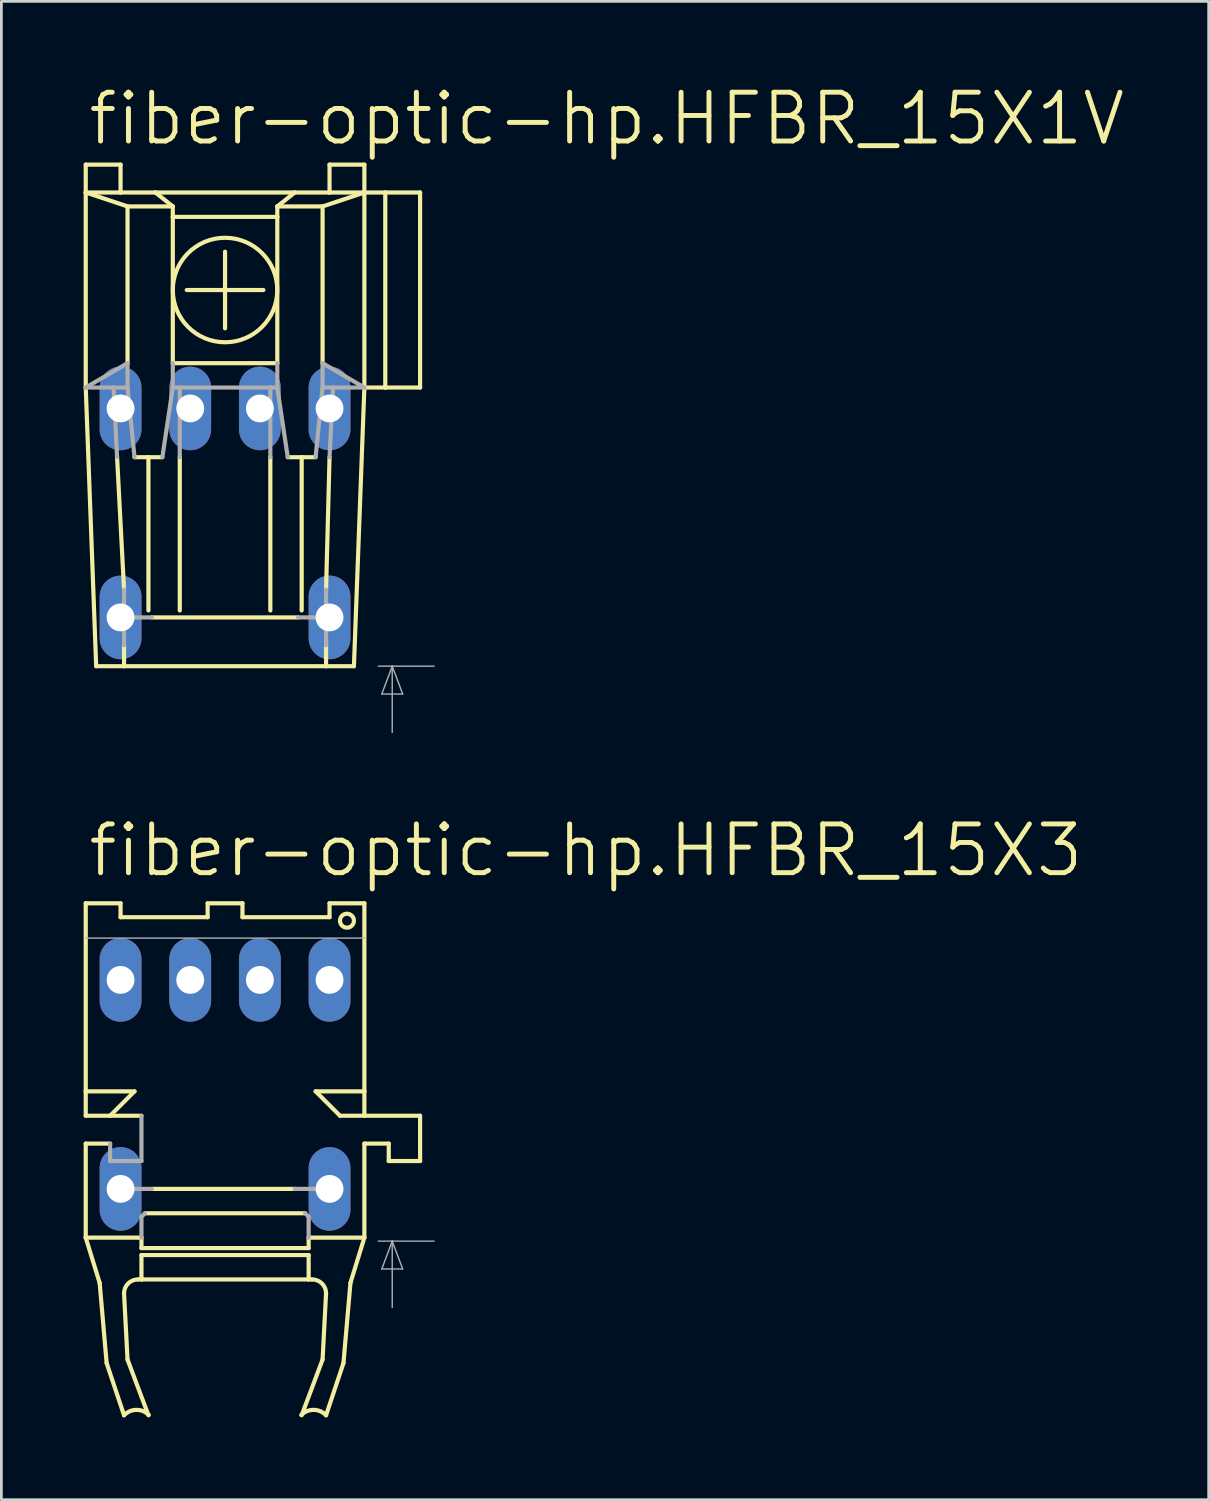
<source format=kicad_pcb>
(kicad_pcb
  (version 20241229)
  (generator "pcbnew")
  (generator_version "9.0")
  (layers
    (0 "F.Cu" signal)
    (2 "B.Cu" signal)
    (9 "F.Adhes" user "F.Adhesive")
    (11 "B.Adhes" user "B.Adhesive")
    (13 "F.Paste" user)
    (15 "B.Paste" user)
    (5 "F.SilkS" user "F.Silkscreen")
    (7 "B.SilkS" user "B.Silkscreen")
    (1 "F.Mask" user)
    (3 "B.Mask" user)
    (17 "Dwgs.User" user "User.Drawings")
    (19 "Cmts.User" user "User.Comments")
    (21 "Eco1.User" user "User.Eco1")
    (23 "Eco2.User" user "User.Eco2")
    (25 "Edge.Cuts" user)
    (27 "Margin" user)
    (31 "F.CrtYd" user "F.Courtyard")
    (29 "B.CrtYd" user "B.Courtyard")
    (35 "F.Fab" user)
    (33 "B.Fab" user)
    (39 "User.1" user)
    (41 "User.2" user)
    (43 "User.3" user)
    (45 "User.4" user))
  (footprint "fiber-optic-hp.HFBR_15X3"
    (layer "F.Cu")
    (at 5.156 42.205)
    (property "Reference" "fiber-optic-hp.HFBR_15X3" (at -5.08 -13.208 0) (layer "F.SilkS") (effects (font (size 1.778 1.778) (thickness 0.18)) (justify left bottom)))
    (attr through_hole)
    (fp_line (start -5.08 -12.319) (end -5.08 -5.461) (stroke (width 0.152) (type default)) (layer "F.SilkS"))
    (fp_line (start -5.08 -12.319) (end -3.81 -12.319) (stroke (width 0.152) (type default)) (layer "F.SilkS"))
    (fp_line (start -5.08 -5.461) (end -5.08 -4.572) (stroke (width 0.152) (type default)) (layer "F.SilkS"))
    (fp_line (start -5.08 -5.461) (end -3.302 -5.461) (stroke (width 0.152) (type default)) (layer "F.SilkS"))
    (fp_line (start -5.08 -4.572) (end -4.191 -4.572) (stroke (width 0.152) (type default)) (layer "F.SilkS"))
    (fp_line (start -5.08 -3.556) (end -5.08 -0.127) (stroke (width 0.152) (type default)) (layer "F.SilkS"))
    (fp_line (start -5.08 -0.127) (end -4.572 1.524) (stroke (width 0.152) (type default)) (layer "F.SilkS"))
    (fp_line (start -4.572 1.524) (end -4.318 4.445) (stroke (width 0.152) (type default)) (layer "F.SilkS"))
    (fp_line (start -4.318 4.445) (end -3.683 6.35) (stroke (width 0.152) (type default)) (layer "F.SilkS"))
    (fp_line (start -4.191 -4.572) (end -3.048 -4.572) (stroke (width 0.152) (type default)) (layer "F.SilkS"))
    (fp_line (start -4.191 -3.556) (end -5.08 -3.556) (stroke (width 0.152) (type default)) (layer "F.SilkS"))
    (fp_line (start -3.81 -11.811) (end -3.81 -12.319) (stroke (width 0.152) (type default)) (layer "F.SilkS"))
    (fp_line (start -3.81 -11.811) (end -0.635 -11.811) (stroke (width 0.152) (type default)) (layer "F.SilkS"))
    (fp_line (start -3.556 4.318) (end -3.683 1.905) (stroke (width 0.152) (type default)) (layer "F.SilkS"))
    (fp_line (start -3.302 -5.461) (end -4.191 -4.572) (stroke (width 0.152) (type default)) (layer "F.SilkS"))
    (fp_line (start -3.048 -0.127) (end -5.08 -0.127) (stroke (width 0.152) (type default)) (layer "F.SilkS"))
    (fp_line (start -3.048 -0.127) (end -3.048 0.254) (stroke (width 0.152) (type default)) (layer "F.SilkS"))
    (fp_line (start -3.048 0.508) (end 3.048 0.508) (stroke (width 0.152) (type default)) (layer "F.SilkS"))
    (fp_line (start -3.048 1.397) (end -3.175 1.397) (stroke (width 0.152) (type default)) (layer "F.SilkS"))
    (fp_line (start -3.048 1.397) (end -3.048 0.508) (stroke (width 0.152) (type default)) (layer "F.SilkS"))
    (fp_line (start -2.921 -1.016) (end 2.921 -1.016) (stroke (width 0.152) (type default)) (layer "F.SilkS"))
    (fp_line (start -2.794 6.35) (end -3.556 4.318) (stroke (width 0.152) (type default)) (layer "F.SilkS"))
    (fp_line (start -2.667 -1.905) (end 2.54 -1.905) (stroke (width 0.152) (type default)) (layer "F.SilkS"))
    (fp_line (start -0.635 -12.319) (end -0.635 -11.811) (stroke (width 0.152) (type default)) (layer "F.SilkS"))
    (fp_line (start -0.635 -12.319) (end 0.635 -12.319) (stroke (width 0.152) (type default)) (layer "F.SilkS"))
    (fp_line (start 0.635 -12.319) (end 0.635 -11.811) (stroke (width 0.152) (type default)) (layer "F.SilkS"))
    (fp_line (start 0.635 -11.811) (end 3.81 -11.811) (stroke (width 0.152) (type default)) (layer "F.SilkS"))
    (fp_line (start 2.794 6.35) (end 3.556 4.318) (stroke (width 0.152) (type default)) (layer "F.SilkS"))
    (fp_line (start 3.048 0.254) (end -3.048 0.254) (stroke (width 0.152) (type default)) (layer "F.SilkS"))
    (fp_line (start 3.048 0.254) (end 3.048 -0.127) (stroke (width 0.152) (type default)) (layer "F.SilkS"))
    (fp_line (start 3.048 0.508) (end 3.048 1.397) (stroke (width 0.152) (type default)) (layer "F.SilkS"))
    (fp_line (start 3.048 1.397) (end -3.048 1.397) (stroke (width 0.152) (type default)) (layer "F.SilkS"))
    (fp_line (start 3.048 1.397) (end 3.175 1.397) (stroke (width 0.152) (type default)) (layer "F.SilkS"))
    (fp_line (start 3.302 -5.461) (end 4.191 -4.572) (stroke (width 0.152) (type default)) (layer "F.SilkS"))
    (fp_line (start 3.302 -5.461) (end 5.08 -5.461) (stroke (width 0.152) (type default)) (layer "F.SilkS"))
    (fp_line (start 3.556 4.318) (end 3.683 1.905) (stroke (width 0.152) (type default)) (layer "F.SilkS"))
    (fp_line (start 3.81 -12.319) (end 5.08 -12.319) (stroke (width 0.152) (type default)) (layer "F.SilkS"))
    (fp_line (start 3.81 -11.811) (end 3.81 -12.319) (stroke (width 0.152) (type default)) (layer "F.SilkS"))
    (fp_line (start 4.318 4.445) (end 3.683 6.35) (stroke (width 0.152) (type default)) (layer "F.SilkS"))
    (fp_line (start 4.572 1.524) (end 4.318 4.445) (stroke (width 0.152) (type default)) (layer "F.SilkS"))
    (fp_line (start 5.08 -12.319) (end 5.08 -5.461) (stroke (width 0.152) (type default)) (layer "F.SilkS"))
    (fp_line (start 5.08 -5.461) (end 5.08 -4.572) (stroke (width 0.152) (type default)) (layer "F.SilkS"))
    (fp_line (start 5.08 -4.572) (end 4.191 -4.572) (stroke (width 0.152) (type default)) (layer "F.SilkS"))
    (fp_line (start 5.08 -3.556) (end 5.08 -0.127) (stroke (width 0.152) (type default)) (layer "F.SilkS"))
    (fp_line (start 5.08 -0.127) (end 3.048 -0.127) (stroke (width 0.152) (type default)) (layer "F.SilkS"))
    (fp_line (start 5.08 -0.127) (end 4.572 1.524) (stroke (width 0.152) (type default)) (layer "F.SilkS"))
    (fp_line (start 5.969 -3.556) (end 5.08 -3.556) (stroke (width 0.152) (type default)) (layer "F.SilkS"))
    (fp_line (start 5.969 -2.921) (end 5.969 -3.556) (stroke (width 0.152) (type default)) (layer "F.SilkS"))
    (fp_line (start 7.112 -4.572) (end 5.08 -4.572) (stroke (width 0.152) (type default)) (layer "F.SilkS"))
    (fp_line (start 7.112 -2.921) (end 5.969 -2.921) (stroke (width 0.152) (type default)) (layer "F.SilkS"))
    (fp_line (start 7.112 -2.921) (end 7.112 -4.572) (stroke (width 0.152) (type default)) (layer "F.SilkS"))
    (fp_arc (start -3.683 1.905) (mid -3.53421 1.54579) (end -3.175 1.397) (stroke (width 0.1524) (type default)) (layer "F.SilkS"))
    (fp_arc (start -3.683 6.35) (mid -3.234747 6.152906) (end -2.781 6.337) (stroke (width 0.1524) (type default)) (layer "F.SilkS"))
    (fp_arc (start 2.7811 6.3371) (mid 3.234718 6.153118) (end 3.6828 6.3502) (stroke (width 0.1524) (type default)) (layer "F.SilkS"))
    (fp_arc (start 3.175 1.397) (mid 3.53421 1.54579) (end 3.683 1.905) (stroke (width 0.1524) (type default)) (layer "F.SilkS"))
    (fp_circle (center 4.445 -11.684) (end 4.699 -11.684) (stroke (width 0.152) (type default)) (fill no) (layer "F.SilkS"))
    (fp_line (start -5.08 -11.049) (end 5.08 -11.049) (stroke (width 0.051) (type default)) (layer "F.Fab"))
    (fp_line (start -4.191 -2.921) (end -4.191 -3.556) (stroke (width 0.152) (type default)) (layer "F.Fab"))
    (fp_line (start -4.191 -1.905) (end -2.667 -1.905) (stroke (width 0.152) (type default)) (layer "F.Fab"))
    (fp_line (start -3.048 -2.921) (end -4.191 -2.921) (stroke (width 0.152) (type default)) (layer "F.Fab"))
    (fp_line (start -3.048 -2.921) (end -3.048 -4.572) (stroke (width 0.152) (type default)) (layer "F.Fab"))
    (fp_line (start -3.048 -0.889) (end -2.921 -1.016) (stroke (width 0.152) (type default)) (layer "F.Fab"))
    (fp_line (start -3.048 -0.127) (end -3.048 -0.889) (stroke (width 0.152) (type default)) (layer "F.Fab"))
    (fp_line (start 2.54 -1.905) (end 4.191 -1.905) (stroke (width 0.152) (type default)) (layer "F.Fab"))
    (fp_line (start 2.921 -1.016) (end 3.048 -0.889) (stroke (width 0.152) (type default)) (layer "F.Fab"))
    (fp_line (start 3.048 -0.889) (end 3.048 -0.127) (stroke (width 0.152) (type default)) (layer "F.Fab"))
    (fp_line (start 5.715 1.016) (end 6.477 1.016) (stroke (width 0.051) (type default)) (layer "F.Fab"))
    (fp_line (start 6.096 0) (end 5.588 0) (stroke (width 0.051) (type default)) (layer "F.Fab"))
    (fp_line (start 6.096 0) (end 5.715 1.016) (stroke (width 0.051) (type default)) (layer "F.Fab"))
    (fp_line (start 6.096 0) (end 6.096 2.413) (stroke (width 0.051) (type default)) (layer "F.Fab"))
    (fp_line (start 6.477 1.016) (end 6.096 0) (stroke (width 0.051) (type default)) (layer "F.Fab"))
    (fp_line (start 7.62 0) (end 6.096 0) (stroke (width 0.051) (type default)) (layer "F.Fab"))
    (pad "1" thru_hole oval (at 3.81 -9.525 90) (size 3.048 1.524) (drill 1.016) (layers "*.Cu" "*.Mask"))
    (pad "2" thru_hole oval (at 1.27 -9.525 90) (size 3.048 1.524) (drill 1.016) (layers "*.Cu" "*.Mask"))
    (pad "3" thru_hole oval (at -1.27 -9.525 90) (size 3.048 1.524) (drill 1.016) (layers "*.Cu" "*.Mask"))
    (pad "4" thru_hole oval (at -3.81 -9.525 90) (size 3.048 1.524) (drill 1.016) (layers "*.Cu" "*.Mask"))
    (pad "5" thru_hole oval (at -3.81 -1.905 90) (size 3.048 1.524) (drill 1.016) (layers "*.Cu" "*.Mask"))
    (pad "8" thru_hole oval (at 3.81 -1.905 90) (size 3.048 1.524) (drill 1.016) (layers "*.Cu" "*.Mask")))
  (footprint "fiber-optic-hp.HFBR_15X1V"
    (layer "F.Cu")
    (at 5.156 21.241)
    (property "Reference" "fiber-optic-hp.HFBR_15X1V" (at -5.08 -18.923 0) (layer "F.SilkS") (effects (font (size 1.778 1.778) (thickness 0.18)) (justify left bottom)))
    (attr through_hole)
    (fp_line (start -5.08 -18.288) (end -5.08 -17.272) (stroke (width 0.152) (type default)) (layer "F.SilkS"))
    (fp_line (start -5.08 -18.288) (end -3.81 -18.288) (stroke (width 0.152) (type default)) (layer "F.SilkS"))
    (fp_line (start -5.08 -17.272) (end -5.08 -10.16) (stroke (width 0.152) (type default)) (layer "F.SilkS"))
    (fp_line (start -5.08 -10.16) (end -4.699 0) (stroke (width 0.152) (type default)) (layer "F.SilkS"))
    (fp_line (start -4.699 0) (end -3.683 0) (stroke (width 0.152) (type default)) (layer "F.SilkS"))
    (fp_line (start -3.937 -7.62) (end -3.683 -2.794) (stroke (width 0.152) (type default)) (layer "F.SilkS"))
    (fp_line (start -3.81 -17.272) (end -5.08 -17.272) (stroke (width 0.152) (type default)) (layer "F.SilkS"))
    (fp_line (start -3.81 -17.272) (end -3.81 -18.288) (stroke (width 0.152) (type default)) (layer "F.SilkS"))
    (fp_line (start -3.81 -17.272) (end -2.54 -17.272) (stroke (width 0.152) (type default)) (layer "F.SilkS"))
    (fp_line (start -3.683 0) (end -3.683 -0.762) (stroke (width 0.152) (type default)) (layer "F.SilkS"))
    (fp_line (start -3.683 0) (end 3.683 0) (stroke (width 0.152) (type default)) (layer "F.SilkS"))
    (fp_line (start -3.556 -16.764) (end -5.08 -17.272) (stroke (width 0.152) (type default)) (layer "F.SilkS"))
    (fp_line (start -3.556 -11.049) (end -3.556 -16.764) (stroke (width 0.152) (type default)) (layer "F.SilkS"))
    (fp_line (start -2.794 -7.62) (end -3.302 -7.62) (stroke (width 0.152) (type default)) (layer "F.SilkS"))
    (fp_line (start -2.794 -7.62) (end -2.794 -2.032) (stroke (width 0.152) (type default)) (layer "F.SilkS"))
    (fp_line (start -2.54 -17.272) (end 2.54 -17.272) (stroke (width 0.152) (type default)) (layer "F.SilkS"))
    (fp_line (start -2.286 -7.62) (end -2.794 -7.62) (stroke (width 0.152) (type default)) (layer "F.SilkS"))
    (fp_line (start -1.905 -16.764) (end -3.556 -16.764) (stroke (width 0.152) (type default)) (layer "F.SilkS"))
    (fp_line (start -1.905 -16.764) (end -2.54 -17.272) (stroke (width 0.152) (type default)) (layer "F.SilkS"))
    (fp_line (start -1.905 -16.764) (end -1.905 -16.383) (stroke (width 0.152) (type default)) (layer "F.SilkS"))
    (fp_line (start -1.905 -16.383) (end -1.905 -11.049) (stroke (width 0.152) (type default)) (layer "F.SilkS"))
    (fp_line (start -1.651 -7.62) (end -1.651 -2.032) (stroke (width 0.152) (type default)) (layer "F.SilkS"))
    (fp_line (start -1.397 -13.716) (end 1.397 -13.716) (stroke (width 0.152) (type default)) (layer "F.SilkS"))
    (fp_line (start 0 -12.319) (end 0 -15.113) (stroke (width 0.152) (type default)) (layer "F.SilkS"))
    (fp_line (start 1.651 -7.62) (end 1.651 -2.032) (stroke (width 0.152) (type default)) (layer "F.SilkS"))
    (fp_line (start 1.905 -16.764) (end 1.905 -16.383) (stroke (width 0.152) (type default)) (layer "F.SilkS"))
    (fp_line (start 1.905 -16.764) (end 2.54 -17.272) (stroke (width 0.152) (type default)) (layer "F.SilkS"))
    (fp_line (start 1.905 -16.383) (end -1.905 -16.383) (stroke (width 0.152) (type default)) (layer "F.SilkS"))
    (fp_line (start 1.905 -16.383) (end 1.905 -11.049) (stroke (width 0.152) (type default)) (layer "F.SilkS"))
    (fp_line (start 1.905 -11.049) (end -1.905 -11.049) (stroke (width 0.152) (type default)) (layer "F.SilkS"))
    (fp_line (start 2.286 -7.62) (end 2.794 -7.62) (stroke (width 0.152) (type default)) (layer "F.SilkS"))
    (fp_line (start 2.54 -17.272) (end 3.81 -17.272) (stroke (width 0.152) (type default)) (layer "F.SilkS"))
    (fp_line (start 2.667 -1.778) (end -2.667 -1.778) (stroke (width 0.152) (type default)) (layer "F.SilkS"))
    (fp_line (start 2.794 -7.62) (end 2.794 -2.032) (stroke (width 0.152) (type default)) (layer "F.SilkS"))
    (fp_line (start 2.794 -7.62) (end 3.302 -7.62) (stroke (width 0.152) (type default)) (layer "F.SilkS"))
    (fp_line (start 3.556 -16.764) (end 1.905 -16.764) (stroke (width 0.152) (type default)) (layer "F.SilkS"))
    (fp_line (start 3.556 -16.764) (end 5.08 -17.272) (stroke (width 0.152) (type default)) (layer "F.SilkS"))
    (fp_line (start 3.556 -11.049) (end 3.556 -16.764) (stroke (width 0.152) (type default)) (layer "F.SilkS"))
    (fp_line (start 3.683 0) (end 3.683 -0.762) (stroke (width 0.152) (type default)) (layer "F.SilkS"))
    (fp_line (start 3.683 0) (end 4.699 0) (stroke (width 0.152) (type default)) (layer "F.SilkS"))
    (fp_line (start 3.81 -18.288) (end 5.08 -18.288) (stroke (width 0.152) (type default)) (layer "F.SilkS"))
    (fp_line (start 3.81 -17.272) (end 3.81 -18.288) (stroke (width 0.152) (type default)) (layer "F.SilkS"))
    (fp_line (start 3.81 -17.272) (end 5.08 -17.272) (stroke (width 0.152) (type default)) (layer "F.SilkS"))
    (fp_line (start 3.81 -7.62) (end 3.683 -2.794) (stroke (width 0.152) (type default)) (layer "F.SilkS"))
    (fp_line (start 5.08 -17.272) (end 5.08 -18.288) (stroke (width 0.152) (type default)) (layer "F.SilkS"))
    (fp_line (start 5.08 -17.272) (end 5.08 -10.16) (stroke (width 0.152) (type default)) (layer "F.SilkS"))
    (fp_line (start 5.08 -17.272) (end 5.842 -17.272) (stroke (width 0.152) (type default)) (layer "F.SilkS"))
    (fp_line (start 5.08 -10.16) (end 4.699 0) (stroke (width 0.152) (type default)) (layer "F.SilkS"))
    (fp_line (start 5.842 -17.272) (end 5.842 -10.16) (stroke (width 0.152) (type default)) (layer "F.SilkS"))
    (fp_line (start 5.842 -17.272) (end 7.112 -17.272) (stroke (width 0.152) (type default)) (layer "F.SilkS"))
    (fp_line (start 5.842 -10.16) (end 5.08 -10.16) (stroke (width 0.152) (type default)) (layer "F.SilkS"))
    (fp_line (start 7.112 -10.16) (end 5.842 -10.16) (stroke (width 0.152) (type default)) (layer "F.SilkS"))
    (fp_line (start 7.112 -10.16) (end 7.112 -17.272) (stroke (width 0.152) (type default)) (layer "F.SilkS"))
    (fp_circle (center 0 -13.716) (end 1.905 -13.716) (stroke (width 0.152) (type default)) (fill no) (layer "F.SilkS"))
    (fp_line (start -5.08 -10.16) (end -4.064 -10.16) (stroke (width 0.152) (type default)) (layer "F.Fab"))
    (fp_line (start -4.064 -10.16) (end -3.937 -7.62) (stroke (width 0.152) (type default)) (layer "F.Fab"))
    (fp_line (start -4.064 -10.16) (end -3.556 -10.16) (stroke (width 0.152) (type default)) (layer "F.Fab"))
    (fp_line (start -3.683 -0.762) (end -3.683 -2.794) (stroke (width 0.152) (type default)) (layer "F.Fab"))
    (fp_line (start -3.556 -11.049) (end -5.08 -10.16) (stroke (width 0.152) (type default)) (layer "F.Fab"))
    (fp_line (start -3.556 -10.16) (end -3.556 -11.049) (stroke (width 0.152) (type default)) (layer "F.Fab"))
    (fp_line (start -3.302 -7.62) (end -3.556 -10.16) (stroke (width 0.152) (type default)) (layer "F.Fab"))
    (fp_line (start -2.667 -1.778) (end -3.556 -1.778) (stroke (width 0.152) (type default)) (layer "F.Fab"))
    (fp_line (start -1.905 -11.049) (end -1.905 -10.16) (stroke (width 0.152) (type default)) (layer "F.Fab"))
    (fp_line (start -1.905 -10.16) (end -2.286 -7.62) (stroke (width 0.152) (type default)) (layer "F.Fab"))
    (fp_line (start -1.905 -10.16) (end -1.651 -10.16) (stroke (width 0.152) (type default)) (layer "F.Fab"))
    (fp_line (start -1.651 -10.16) (end -1.651 -7.62) (stroke (width 0.152) (type default)) (layer "F.Fab"))
    (fp_line (start -1.651 -10.16) (end 1.651 -10.16) (stroke (width 0.152) (type default)) (layer "F.Fab"))
    (fp_line (start 1.651 -10.16) (end 1.651 -7.62) (stroke (width 0.152) (type default)) (layer "F.Fab"))
    (fp_line (start 1.651 -10.16) (end 1.905 -10.16) (stroke (width 0.152) (type default)) (layer "F.Fab"))
    (fp_line (start 1.905 -11.049) (end 1.905 -10.16) (stroke (width 0.152) (type default)) (layer "F.Fab"))
    (fp_line (start 1.905 -10.16) (end 2.286 -7.62) (stroke (width 0.152) (type default)) (layer "F.Fab"))
    (fp_line (start 3.302 -7.62) (end 3.556 -10.16) (stroke (width 0.152) (type default)) (layer "F.Fab"))
    (fp_line (start 3.556 -11.049) (end 5.08 -10.16) (stroke (width 0.152) (type default)) (layer "F.Fab"))
    (fp_line (start 3.556 -10.16) (end 3.556 -11.049) (stroke (width 0.152) (type default)) (layer "F.Fab"))
    (fp_line (start 3.556 -10.16) (end 3.937 -10.16) (stroke (width 0.152) (type default)) (layer "F.Fab"))
    (fp_line (start 3.556 -1.778) (end 2.667 -1.778) (stroke (width 0.152) (type default)) (layer "F.Fab"))
    (fp_line (start 3.683 -0.762) (end 3.683 -2.794) (stroke (width 0.152) (type default)) (layer "F.Fab"))
    (fp_line (start 3.937 -10.16) (end 3.81 -7.62) (stroke (width 0.152) (type default)) (layer "F.Fab"))
    (fp_line (start 3.937 -10.16) (end 5.08 -10.16) (stroke (width 0.152) (type default)) (layer "F.Fab"))
    (fp_line (start 5.715 1.016) (end 6.477 1.016) (stroke (width 0.051) (type default)) (layer "F.Fab"))
    (fp_line (start 6.096 0) (end 5.588 0) (stroke (width 0.051) (type default)) (layer "F.Fab"))
    (fp_line (start 6.096 0) (end 5.715 1.016) (stroke (width 0.051) (type default)) (layer "F.Fab"))
    (fp_line (start 6.096 0) (end 6.096 2.413) (stroke (width 0.051) (type default)) (layer "F.Fab"))
    (fp_line (start 6.477 1.016) (end 6.096 0) (stroke (width 0.051) (type default)) (layer "F.Fab"))
    (fp_line (start 7.62 0) (end 6.096 0) (stroke (width 0.051) (type default)) (layer "F.Fab"))
    (pad "1" thru_hole oval (at 3.81 -9.398 90) (size 3.048 1.524) (drill 1.016) (layers "*.Cu" "*.Mask"))
    (pad "2" thru_hole oval (at 1.27 -9.398 90) (size 3.048 1.524) (drill 1.016) (layers "*.Cu" "*.Mask"))
    (pad "3" thru_hole oval (at -1.27 -9.398 90) (size 3.048 1.524) (drill 1.016) (layers "*.Cu" "*.Mask"))
    (pad "4" thru_hole oval (at -3.81 -9.398 90) (size 3.048 1.524) (drill 1.016) (layers "*.Cu" "*.Mask"))
    (pad "5" thru_hole oval (at -3.81 -1.778 90) (size 3.048 1.524) (drill 1.016) (layers "*.Cu" "*.Mask"))
    (pad "8" thru_hole oval (at 3.81 -1.778 90) (size 3.048 1.524) (drill 1.016) (layers "*.Cu" "*.Mask")))
  (gr_rect
    (start -3 -3)
    (end 41.022 51.632)
    (stroke (width 0.1) (type default))
    (fill no)
    (layer "Edge.Cuts")))
</source>
